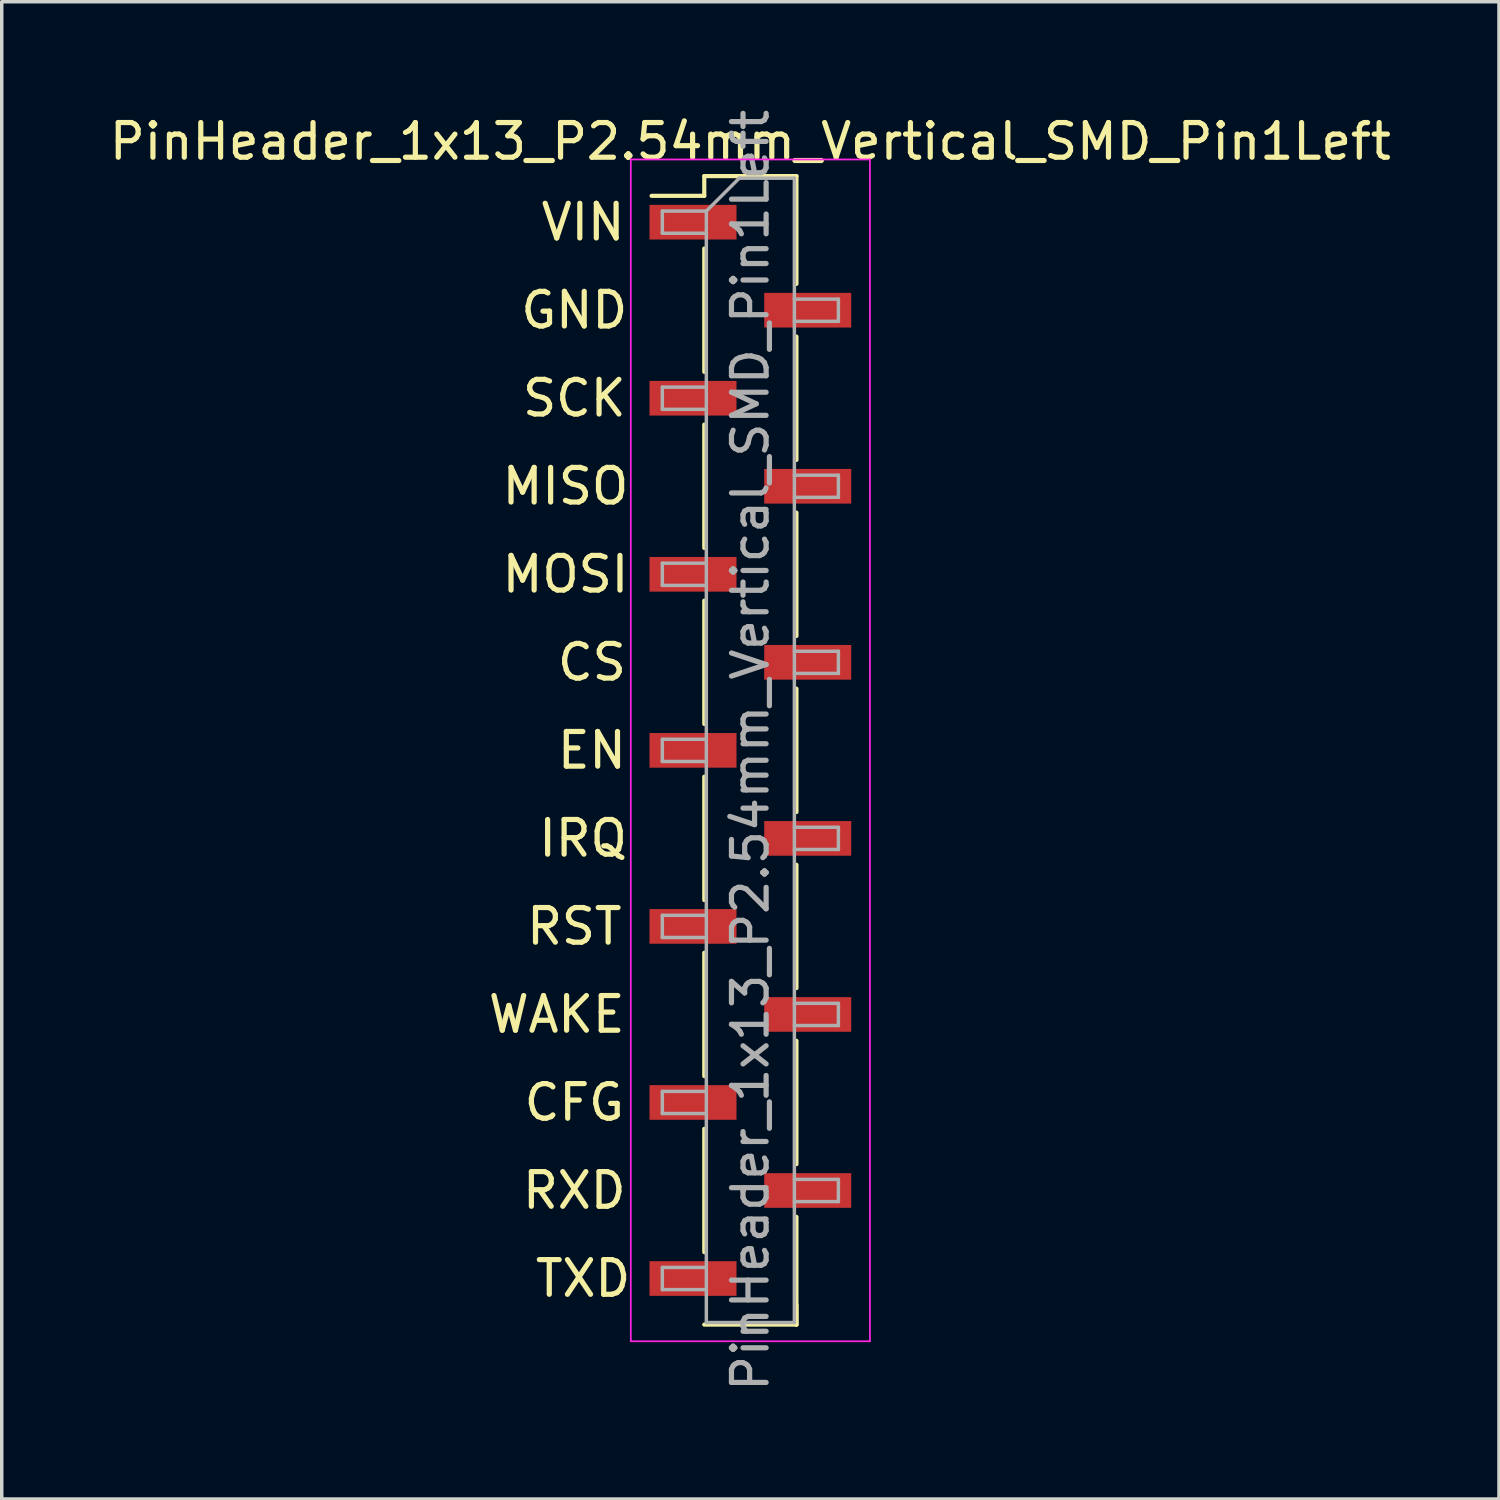
<source format=kicad_pcb>
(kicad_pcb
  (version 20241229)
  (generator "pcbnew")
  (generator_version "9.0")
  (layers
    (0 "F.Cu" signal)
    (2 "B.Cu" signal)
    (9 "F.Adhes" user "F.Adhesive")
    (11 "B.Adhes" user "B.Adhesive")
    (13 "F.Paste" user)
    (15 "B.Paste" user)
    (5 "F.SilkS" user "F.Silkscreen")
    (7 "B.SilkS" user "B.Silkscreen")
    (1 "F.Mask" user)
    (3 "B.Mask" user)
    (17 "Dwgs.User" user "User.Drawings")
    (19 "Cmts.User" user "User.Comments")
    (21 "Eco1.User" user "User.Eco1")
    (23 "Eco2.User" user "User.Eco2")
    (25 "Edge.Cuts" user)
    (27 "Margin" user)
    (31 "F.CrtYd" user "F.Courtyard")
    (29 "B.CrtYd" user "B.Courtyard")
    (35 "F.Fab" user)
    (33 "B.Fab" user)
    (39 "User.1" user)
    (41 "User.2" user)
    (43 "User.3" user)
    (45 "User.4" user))
  (footprint "PinHeader_1x13_P2.54mm_Vertical_SMD_Pin1Left"
    (layer "F.Cu")
    (at 18.601 18.601)
    (property "Reference" "PinHeader_1x13_P2.54mm_Vertical_SMD_Pin1Left" (at 0 -17.57 0) (layer "F.SilkS") (effects (font (size 1 1) (thickness 0.15))))
    (attr smd)
    (fp_line (start -1.33 -16.57) (end -1.33 -16) (stroke (width 0.12) (type solid)) (layer "F.SilkS"))
    (fp_line (start -1.33 -16.57) (end 1.33 -16.57) (stroke (width 0.12) (type solid)) (layer "F.SilkS"))
    (fp_line (start -1.33 -16) (end -2.85 -16) (stroke (width 0.12) (type solid)) (layer "F.SilkS"))
    (fp_line (start -1.33 -14.48) (end -1.33 -10.92) (stroke (width 0.12) (type solid)) (layer "F.SilkS"))
    (fp_line (start -1.33 -9.4) (end -1.33 -5.84) (stroke (width 0.12) (type solid)) (layer "F.SilkS"))
    (fp_line (start -1.33 -4.32) (end -1.33 -0.76) (stroke (width 0.12) (type solid)) (layer "F.SilkS"))
    (fp_line (start -1.33 0.76) (end -1.33 4.32) (stroke (width 0.12) (type solid)) (layer "F.SilkS"))
    (fp_line (start -1.33 5.84) (end -1.33 9.4) (stroke (width 0.12) (type solid)) (layer "F.SilkS"))
    (fp_line (start -1.33 10.92) (end -1.33 14.48) (stroke (width 0.12) (type solid)) (layer "F.SilkS"))
    (fp_line (start -1.33 16.57) (end 1.33 16.57) (stroke (width 0.12) (type solid)) (layer "F.SilkS"))
    (fp_line (start 1.33 -16.57) (end 1.33 -13.46) (stroke (width 0.12) (type solid)) (layer "F.SilkS"))
    (fp_line (start 1.33 -11.94) (end 1.33 -8.38) (stroke (width 0.12) (type solid)) (layer "F.SilkS"))
    (fp_line (start 1.33 -6.86) (end 1.33 -3.3) (stroke (width 0.12) (type solid)) (layer "F.SilkS"))
    (fp_line (start 1.33 -1.78) (end 1.33 1.78) (stroke (width 0.12) (type solid)) (layer "F.SilkS"))
    (fp_line (start 1.33 3.3) (end 1.33 6.86) (stroke (width 0.12) (type solid)) (layer "F.SilkS"))
    (fp_line (start 1.33 8.38) (end 1.33 11.94) (stroke (width 0.12) (type solid)) (layer "F.SilkS"))
    (fp_line (start 1.33 13.46) (end 1.33 16.57) (stroke (width 0.12) (type solid)) (layer "F.SilkS"))
    (fp_line (start 1.33 16) (end 1.33 16.57) (stroke (width 0.12) (type solid)) (layer "F.SilkS"))
    (fp_line (start -3.45 -17.05) (end -3.45 17.05) (stroke (width 0.05) (type solid)) (layer "F.CrtYd"))
    (fp_line (start -3.45 17.05) (end 3.45 17.05) (stroke (width 0.05) (type solid)) (layer "F.CrtYd"))
    (fp_line (start 3.45 -17.05) (end -3.45 -17.05) (stroke (width 0.05) (type solid)) (layer "F.CrtYd"))
    (fp_line (start 3.45 17.05) (end 3.45 -17.05) (stroke (width 0.05) (type solid)) (layer "F.CrtYd"))
    (fp_line (start -2.54 -15.56) (end -2.54 -14.92) (stroke (width 0.1) (type solid)) (layer "F.Fab"))
    (fp_line (start -2.54 -14.92) (end -1.27 -14.92) (stroke (width 0.1) (type solid)) (layer "F.Fab"))
    (fp_line (start -2.54 -10.48) (end -2.54 -9.84) (stroke (width 0.1) (type solid)) (layer "F.Fab"))
    (fp_line (start -2.54 -9.84) (end -1.27 -9.84) (stroke (width 0.1) (type solid)) (layer "F.Fab"))
    (fp_line (start -2.54 -5.4) (end -2.54 -4.76) (stroke (width 0.1) (type solid)) (layer "F.Fab"))
    (fp_line (start -2.54 -4.76) (end -1.27 -4.76) (stroke (width 0.1) (type solid)) (layer "F.Fab"))
    (fp_line (start -2.54 -0.32) (end -2.54 0.32) (stroke (width 0.1) (type solid)) (layer "F.Fab"))
    (fp_line (start -2.54 0.32) (end -1.27 0.32) (stroke (width 0.1) (type solid)) (layer "F.Fab"))
    (fp_line (start -2.54 4.76) (end -2.54 5.4) (stroke (width 0.1) (type solid)) (layer "F.Fab"))
    (fp_line (start -2.54 5.4) (end -1.27 5.4) (stroke (width 0.1) (type solid)) (layer "F.Fab"))
    (fp_line (start -2.54 9.84) (end -2.54 10.48) (stroke (width 0.1) (type solid)) (layer "F.Fab"))
    (fp_line (start -2.54 10.48) (end -1.27 10.48) (stroke (width 0.1) (type solid)) (layer "F.Fab"))
    (fp_line (start -2.54 14.92) (end -2.54 15.56) (stroke (width 0.1) (type solid)) (layer "F.Fab"))
    (fp_line (start -2.54 15.56) (end -1.27 15.56) (stroke (width 0.1) (type solid)) (layer "F.Fab"))
    (fp_line (start -1.27 -15.56) (end -2.54 -15.56) (stroke (width 0.1) (type solid)) (layer "F.Fab"))
    (fp_line (start -1.27 -15.56) (end -0.32 -16.51) (stroke (width 0.1) (type solid)) (layer "F.Fab"))
    (fp_line (start -1.27 -10.48) (end -2.54 -10.48) (stroke (width 0.1) (type solid)) (layer "F.Fab"))
    (fp_line (start -1.27 -5.4) (end -2.54 -5.4) (stroke (width 0.1) (type solid)) (layer "F.Fab"))
    (fp_line (start -1.27 -0.32) (end -2.54 -0.32) (stroke (width 0.1) (type solid)) (layer "F.Fab"))
    (fp_line (start -1.27 4.76) (end -2.54 4.76) (stroke (width 0.1) (type solid)) (layer "F.Fab"))
    (fp_line (start -1.27 9.84) (end -2.54 9.84) (stroke (width 0.1) (type solid)) (layer "F.Fab"))
    (fp_line (start -1.27 14.92) (end -2.54 14.92) (stroke (width 0.1) (type solid)) (layer "F.Fab"))
    (fp_line (start -1.27 16.51) (end -1.27 -15.56) (stroke (width 0.1) (type solid)) (layer "F.Fab"))
    (fp_line (start -0.32 -16.51) (end 1.27 -16.51) (stroke (width 0.1) (type solid)) (layer "F.Fab"))
    (fp_line (start 1.27 -16.51) (end 1.27 16.51) (stroke (width 0.1) (type solid)) (layer "F.Fab"))
    (fp_line (start 1.27 -13.02) (end 2.54 -13.02) (stroke (width 0.1) (type solid)) (layer "F.Fab"))
    (fp_line (start 1.27 -7.94) (end 2.54 -7.94) (stroke (width 0.1) (type solid)) (layer "F.Fab"))
    (fp_line (start 1.27 -2.86) (end 2.54 -2.86) (stroke (width 0.1) (type solid)) (layer "F.Fab"))
    (fp_line (start 1.27 2.22) (end 2.54 2.22) (stroke (width 0.1) (type solid)) (layer "F.Fab"))
    (fp_line (start 1.27 7.3) (end 2.54 7.3) (stroke (width 0.1) (type solid)) (layer "F.Fab"))
    (fp_line (start 1.27 12.38) (end 2.54 12.38) (stroke (width 0.1) (type solid)) (layer "F.Fab"))
    (fp_line (start 1.27 16.51) (end -1.27 16.51) (stroke (width 0.1) (type solid)) (layer "F.Fab"))
    (fp_line (start 2.54 -13.02) (end 2.54 -12.38) (stroke (width 0.1) (type solid)) (layer "F.Fab"))
    (fp_line (start 2.54 -12.38) (end 1.27 -12.38) (stroke (width 0.1) (type solid)) (layer "F.Fab"))
    (fp_line (start 2.54 -7.94) (end 2.54 -7.3) (stroke (width 0.1) (type solid)) (layer "F.Fab"))
    (fp_line (start 2.54 -7.3) (end 1.27 -7.3) (stroke (width 0.1) (type solid)) (layer "F.Fab"))
    (fp_line (start 2.54 -2.86) (end 2.54 -2.22) (stroke (width 0.1) (type solid)) (layer "F.Fab"))
    (fp_line (start 2.54 -2.22) (end 1.27 -2.22) (stroke (width 0.1) (type solid)) (layer "F.Fab"))
    (fp_line (start 2.54 2.22) (end 2.54 2.86) (stroke (width 0.1) (type solid)) (layer "F.Fab"))
    (fp_line (start 2.54 2.86) (end 1.27 2.86) (stroke (width 0.1) (type solid)) (layer "F.Fab"))
    (fp_line (start 2.54 7.3) (end 2.54 7.94) (stroke (width 0.1) (type solid)) (layer "F.Fab"))
    (fp_line (start 2.54 7.94) (end 1.27 7.94) (stroke (width 0.1) (type solid)) (layer "F.Fab"))
    (fp_line (start 2.54 12.38) (end 2.54 13.02) (stroke (width 0.1) (type solid)) (layer "F.Fab"))
    (fp_line (start 2.54 13.02) (end 1.27 13.02) (stroke (width 0.1) (type solid)) (layer "F.Fab"))
    (fp_text user "GND" (at -5.08 -12.7 0) (layer "F.SilkS") (effects (font (size 1 1) (thickness 0.15))))
    (fp_text user "VIN" (at -4.826 -15.24 0) (layer "F.SilkS") (effects (font (size 1 1) (thickness 0.15))))
    (fp_text user "MOSI" (at -5.334 -5.08 0) (layer "F.SilkS") (effects (font (size 1 1) (thickness 0.15))))
    (fp_text user "IRQ" (at -4.826 2.54 0) (layer "F.SilkS") (effects (font (size 1 1) (thickness 0.15))))
    (fp_text user "WAKE" (at -5.588 7.62 0) (layer "F.SilkS") (effects (font (size 1 1) (thickness 0.15))))
    (fp_text user "CS" (at -4.572 -2.54 0) (layer "F.SilkS") (effects (font (size 1 1) (thickness 0.15))))
    (fp_text user "EN" (at -4.572 0 0) (layer "F.SilkS") (effects (font (size 1 1) (thickness 0.15))))
    (fp_text user "TXD" (at -4.826 15.24 0) (layer "F.SilkS") (effects (font (size 1 1) (thickness 0.15))))
    (fp_text user "MISO" (at -5.334 -7.62 0) (layer "F.SilkS") (effects (font (size 1 1) (thickness 0.15))))
    (fp_text user "RST" (at -5.08 5.08 0) (layer "F.SilkS") (effects (font (size 1 1) (thickness 0.15))))
    (fp_text user "SCK" (at -5.08 -10.16 0) (layer "F.SilkS") (effects (font (size 1 1) (thickness 0.15))))
    (fp_text user "RXD" (at -5.08 12.7 0) (layer "F.SilkS") (effects (font (size 1 1) (thickness 0.15))))
    (fp_text user "CFG" (at -5.08 10.16 0) (layer "F.SilkS") (effects (font (size 1 1) (thickness 0.15))))
    (fp_text user "${REFERENCE}" (at 0 0 90) (layer "F.Fab") (effects (font (size 1 1) (thickness 0.15))))
    (pad "1" smd rect (at -1.655 -15.24) (size 2.51 1) (layers "F.Cu" "F.Mask" "F.Paste"))
    (pad "2" smd rect (at 1.655 -12.7) (size 2.51 1) (layers "F.Cu" "F.Mask" "F.Paste"))
    (pad "3" smd rect (at -1.655 -10.16) (size 2.51 1) (layers "F.Cu" "F.Mask" "F.Paste"))
    (pad "4" smd rect (at 1.655 -7.62) (size 2.51 1) (layers "F.Cu" "F.Mask" "F.Paste"))
    (pad "5" smd rect (at -1.655 -5.08) (size 2.51 1) (layers "F.Cu" "F.Mask" "F.Paste"))
    (pad "6" smd rect (at 1.655 -2.54) (size 2.51 1) (layers "F.Cu" "F.Mask" "F.Paste"))
    (pad "7" smd rect (at -1.655 0) (size 2.51 1) (layers "F.Cu" "F.Mask" "F.Paste"))
    (pad "8" smd rect (at 1.655 2.54) (size 2.51 1) (layers "F.Cu" "F.Mask" "F.Paste"))
    (pad "9" smd rect (at -1.655 5.08) (size 2.51 1) (layers "F.Cu" "F.Mask" "F.Paste"))
    (pad "10" smd rect (at 1.655 7.62) (size 2.51 1) (layers "F.Cu" "F.Mask" "F.Paste"))
    (pad "11" smd rect (at -1.655 10.16) (size 2.51 1) (layers "F.Cu" "F.Mask" "F.Paste"))
    (pad "12" smd rect (at 1.655 12.7) (size 2.51 1) (layers "F.Cu" "F.Mask" "F.Paste"))
    (pad "13" smd rect (at -1.655 15.24) (size 2.51 1) (layers "F.Cu" "F.Mask" "F.Paste")))
  (gr_rect
    (start -3 -3)
    (end 40.202 40.202)
    (stroke (width 0.1) (type default))
    (fill no)
    (layer "Edge.Cuts")))
</source>
